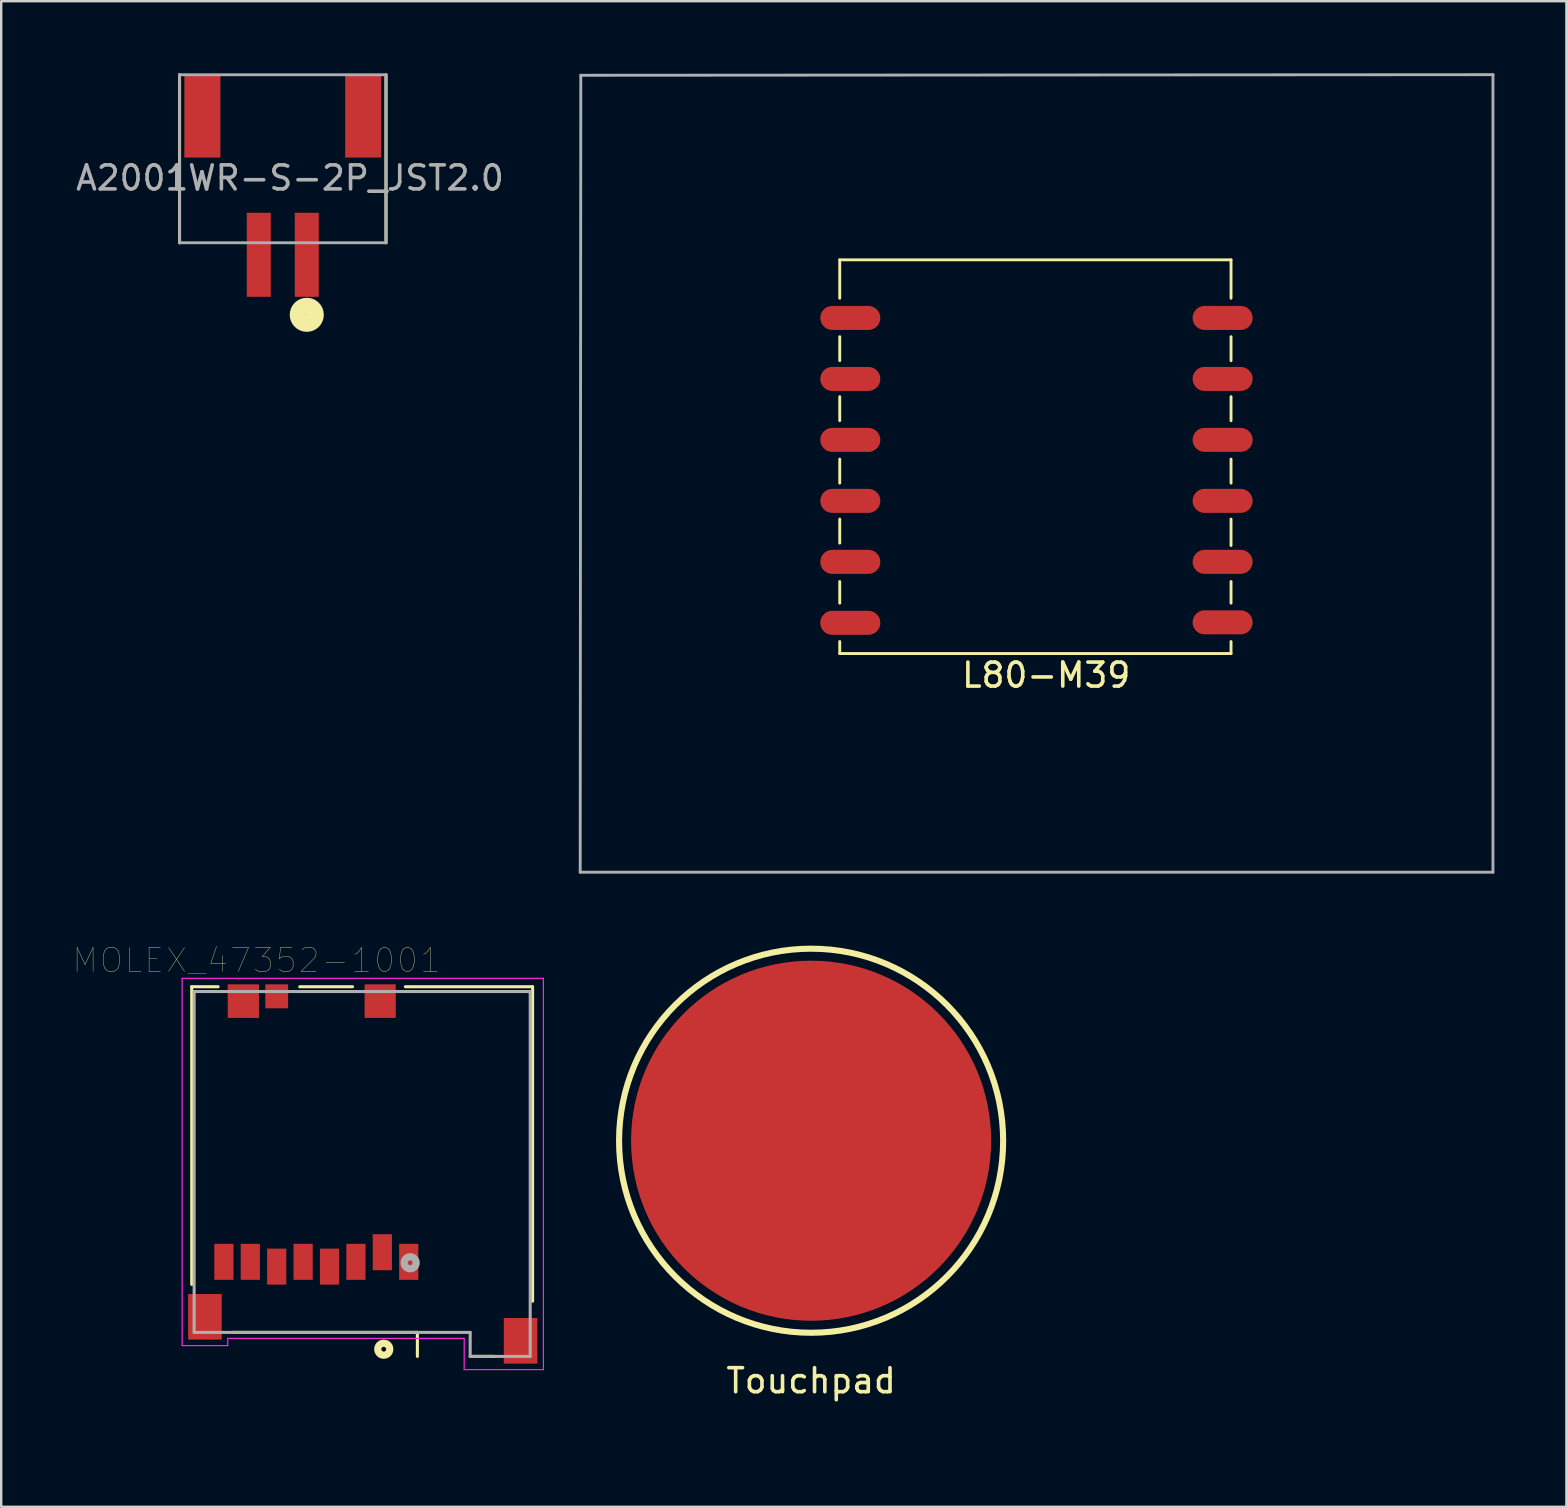
<source format=kicad_pcb>
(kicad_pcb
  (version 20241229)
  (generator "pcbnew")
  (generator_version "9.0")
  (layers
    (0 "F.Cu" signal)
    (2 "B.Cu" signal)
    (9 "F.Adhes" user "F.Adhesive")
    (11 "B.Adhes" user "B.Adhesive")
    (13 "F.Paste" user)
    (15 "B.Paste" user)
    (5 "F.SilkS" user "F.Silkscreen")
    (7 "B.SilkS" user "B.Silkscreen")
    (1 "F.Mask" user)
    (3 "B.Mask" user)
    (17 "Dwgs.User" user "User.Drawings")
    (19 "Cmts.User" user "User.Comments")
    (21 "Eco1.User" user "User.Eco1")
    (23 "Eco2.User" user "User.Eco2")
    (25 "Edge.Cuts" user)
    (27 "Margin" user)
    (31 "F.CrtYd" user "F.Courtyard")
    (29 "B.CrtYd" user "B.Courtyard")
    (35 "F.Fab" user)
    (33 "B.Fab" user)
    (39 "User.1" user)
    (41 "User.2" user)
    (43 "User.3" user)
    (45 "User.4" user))
  (footprint "MOLEX_47352-1001"
    (layer "F.Cu")
    (at 12.037 45.855)
    (property "Reference" "MOLEX_47352-1001" (at -4.4 -8.9 0) (layer "F.SilkS") (effects (font (size 1 1) (thickness 0.015))))
    (attr through_hole)
    (fp_line (start -7.1 -7.8) (end -7.1 4.6) (stroke (width 0.127) (type solid)) (layer "F.SilkS"))
    (fp_line (start -6 -7.8) (end -7.1 -7.8) (stroke (width 0.127) (type solid)) (layer "F.SilkS"))
    (fp_line (start -5.4 6.6) (end 2.3 6.6) (stroke (width 0.127) (type solid)) (layer "F.SilkS"))
    (fp_line (start -2.6 -7.8) (end -0.4 -7.8) (stroke (width 0.127) (type solid)) (layer "F.SilkS"))
    (fp_line (start 2.3 6.6) (end 2.3 7.6) (stroke (width 0.127) (type solid)) (layer "F.SilkS"))
    (fp_line (start 4.5 7.6) (end 5.5 7.6) (stroke (width 0.127) (type solid)) (layer "F.SilkS"))
    (fp_line (start 7.1 -7.8) (end 1.8 -7.8) (stroke (width 0.127) (type solid)) (layer "F.SilkS"))
    (fp_line (start 7.1 5.3) (end 7.1 -7.8) (stroke (width 0.127) (type solid)) (layer "F.SilkS"))
    (fp_circle (center 0.9 7.3) (end 1 7.3) (stroke (width 0.3) (type solid)) (fill no) (layer "F.SilkS"))
    (fp_line (start -7.5 -8.15) (end 7.55 -8.15) (stroke (width 0.05) (type solid)) (layer "F.CrtYd"))
    (fp_line (start -7.5 7.15) (end -7.5 -8.15) (stroke (width 0.05) (type solid)) (layer "F.CrtYd"))
    (fp_line (start -5.6 6.85) (end -5.6 7.15) (stroke (width 0.05) (type solid)) (layer "F.CrtYd"))
    (fp_line (start -5.6 7.15) (end -7.5 7.15) (stroke (width 0.05) (type solid)) (layer "F.CrtYd"))
    (fp_line (start 4.25 6.85) (end -5.6 6.85) (stroke (width 0.05) (type solid)) (layer "F.CrtYd"))
    (fp_line (start 4.25 8.15) (end 4.25 6.85) (stroke (width 0.05) (type solid)) (layer "F.CrtYd"))
    (fp_line (start 7.55 -8.15) (end 7.55 8.15) (stroke (width 0.05) (type solid)) (layer "F.CrtYd"))
    (fp_line (start 7.55 8.15) (end 4.25 8.15) (stroke (width 0.05) (type solid)) (layer "F.CrtYd"))
    (fp_line (start -7 -7.6) (end 7 -7.6) (stroke (width 0.127) (type solid)) (layer "F.Fab"))
    (fp_line (start -7 6.6) (end -7 -7.6) (stroke (width 0.127) (type solid)) (layer "F.Fab"))
    (fp_line (start 4.5 6.6) (end -7 6.6) (stroke (width 0.127) (type solid)) (layer "F.Fab"))
    (fp_line (start 4.5 7.6) (end 4.5 6.6) (stroke (width 0.127) (type solid)) (layer "F.Fab"))
    (fp_line (start 7 -7.6) (end 7 7.6) (stroke (width 0.127) (type solid)) (layer "F.Fab"))
    (fp_line (start 7 7.6) (end 4.5 7.6) (stroke (width 0.127) (type solid)) (layer "F.Fab"))
    (fp_circle (center 2 3.7) (end 2.1 3.7) (stroke (width 0.3) (type solid)) (fill no) (layer "F.Fab"))
    (pad "1" smd rect (at 1.94 3.66) (size 0.8 1.5) (layers "F.Cu" "F.Mask" "F.Paste"))
    (pad "2" smd rect (at 0.84 3.26) (size 0.8 1.5) (layers "F.Cu" "F.Mask" "F.Paste"))
    (pad "3" smd rect (at -0.26 3.66) (size 0.8 1.5) (layers "F.Cu" "F.Mask" "F.Paste"))
    (pad "4" smd rect (at -1.36 3.86) (size 0.8 1.5) (layers "F.Cu" "F.Mask" "F.Paste"))
    (pad "5" smd rect (at -2.46 3.66) (size 0.8 1.5) (layers "F.Cu" "F.Mask" "F.Paste"))
    (pad "6" smd rect (at -3.56 3.86) (size 0.8 1.5) (layers "F.Cu" "F.Mask" "F.Paste"))
    (pad "7" smd rect (at -4.66 3.66) (size 0.8 1.5) (layers "F.Cu" "F.Mask" "F.Paste"))
    (pad "8" smd rect (at -5.76 3.66) (size 0.8 1.5) (layers "F.Cu" "F.Mask" "F.Paste"))
    (pad "S1" smd rect (at -4.95 -7.2) (size 1.3 1.4) (layers "F.Cu" "F.Mask" "F.Paste"))
    (pad "S2" smd rect (at 0.75 -7.2) (size 1.3 1.4) (layers "F.Cu" "F.Mask" "F.Paste"))
    (pad "S3" smd rect (at -6.55 5.95) (size 1.4 1.9) (layers "F.Cu" "F.Mask" "F.Paste"))
    (pad "S4" smd rect (at 6.6 6.95) (size 1.4 1.9) (layers "F.Cu" "F.Mask" "F.Paste"))
    (pad "SW" smd rect (at -3.56 -7.4) (size 0.95 1) (layers "F.Cu" "F.Mask" "F.Paste")))
  (footprint "Touchpad"
    (layer "F.Cu")
    (at 30.739 56.47)
    (property "Reference" "Touchpad" (at 0 -2 0) (layer "F.SilkS") (effects (font (size 1 1) (thickness 0.15))))
    (attr through_hole)
    (fp_circle (center 0 -12) (end 8 -12) (stroke (width 0.254) (type solid)) (fill no) (layer "F.SilkS"))
    (pad "1" smd circle (at 0 -12) (size 15 15) (layers "F.Cu" "F.Mask")))
  (footprint "L80-M39"
    (layer "F.Cu")
    (at 42.532 27.975)
    (property "Reference" "L80-M39" (at -2 -2.9 0) (layer "F.SilkS") (effects (font (size 1 1) (thickness 0.15))))
    (attr through_hole)
    (fp_line (start -10.6 -18.6) (end -10.6 -20.2) (stroke (width 0.12) (type solid)) (layer "F.SilkS"))
    (fp_line (start -10.6 -16) (end -10.6 -17) (stroke (width 0.12) (type solid)) (layer "F.SilkS"))
    (fp_line (start -10.6 -13.5) (end -10.6 -14.5) (stroke (width 0.12) (type solid)) (layer "F.SilkS"))
    (fp_line (start -10.6 -10.9) (end -10.6 -11.9) (stroke (width 0.12) (type solid)) (layer "F.SilkS"))
    (fp_line (start -10.6 -8.4) (end -10.6 -9.4) (stroke (width 0.12) (type solid)) (layer "F.SilkS"))
    (fp_line (start -10.6 -5.9) (end -10.6 -6.8) (stroke (width 0.12) (type solid)) (layer "F.SilkS"))
    (fp_line (start -10.6 -3.8) (end -10.6 -4.3) (stroke (width 0.12) (type solid)) (layer "F.SilkS"))
    (fp_line (start 5.7 -20.2) (end -10.6 -20.2) (stroke (width 0.12) (type solid)) (layer "F.SilkS"))
    (fp_line (start 5.7 -18.6) (end 5.7 -20.2) (stroke (width 0.12) (type solid)) (layer "F.SilkS"))
    (fp_line (start 5.7 -16) (end 5.7 -17) (stroke (width 0.12) (type solid)) (layer "F.SilkS"))
    (fp_line (start 5.7 -13.5) (end 5.7 -14.5) (stroke (width 0.12) (type solid)) (layer "F.SilkS"))
    (fp_line (start 5.7 -10.9) (end 5.7 -11.9) (stroke (width 0.12) (type solid)) (layer "F.SilkS"))
    (fp_line (start 5.7 -8.3) (end 5.7 -9.4) (stroke (width 0.12) (type solid)) (layer "F.SilkS"))
    (fp_line (start 5.7 -5.9) (end 5.7 -6.8) (stroke (width 0.12) (type solid)) (layer "F.SilkS"))
    (fp_line (start 5.7 -3.8) (end -10.6 -3.8) (stroke (width 0.12) (type solid)) (layer "F.SilkS"))
    (fp_line (start 5.7 -3.8) (end 5.7 -4.3) (stroke (width 0.12) (type solid)) (layer "F.SilkS"))
    (fp_line (start -21.412 5.309) (end -21.387 -27.889) (stroke (width 0.12) (type solid)) (layer "F.Fab"))
    (fp_line (start -21.387 -27.889) (end 16.612 -27.915) (stroke (width 0.12) (type solid)) (layer "F.Fab"))
    (fp_line (start 16.612 -27.915) (end 16.612 5.309) (stroke (width 0.12) (type solid)) (layer "F.Fab"))
    (fp_line (start 16.612 5.309) (end -21.412 5.309) (stroke (width 0.12) (type solid)) (layer "F.Fab"))
    (pad "1" smd oval (at 5.35 -5.1) (size 2.5 1) (layers "F.Cu" "F.Mask" "F.Paste"))
    (pad "2" smd oval (at 5.35 -7.62) (size 2.5 1) (layers "F.Cu" "F.Mask" "F.Paste"))
    (pad "3" smd oval (at 5.35 -10.16) (size 2.5 1) (layers "F.Cu" "F.Mask" "F.Paste"))
    (pad "4" smd oval (at 5.35 -12.7) (size 2.5 1) (layers "F.Cu" "F.Mask" "F.Paste"))
    (pad "5" smd oval (at 5.35 -15.24) (size 2.5 1) (layers "F.Cu" "F.Mask" "F.Paste"))
    (pad "6" smd oval (at 5.35 -17.78) (size 2.5 1) (layers "F.Cu" "F.Mask" "F.Paste"))
    (pad "7" smd oval (at -10.16 -17.78) (size 2.5 1) (layers "F.Cu" "F.Mask" "F.Paste"))
    (pad "8" smd oval (at -10.16 -15.24) (size 2.5 1) (layers "F.Cu" "F.Mask" "F.Paste"))
    (pad "9" smd oval (at -10.16 -12.7) (size 2.5 1) (layers "F.Cu" "F.Mask" "F.Paste"))
    (pad "10" smd oval (at -10.16 -10.16) (size 2.5 1) (layers "F.Cu" "F.Mask" "F.Paste"))
    (pad "11" smd oval (at -10.16 -7.62) (size 2.5 1) (layers "F.Cu" "F.Mask" "F.Paste"))
    (pad "12" smd oval (at -10.16 -5.08) (size 2.5 1) (layers "F.Cu" "F.Mask" "F.Paste")))
  (footprint "A2001WR-S-2P_JST2.0"
    (layer "F.Cu")
    (at 6.83 11.864)
    (property "Reference" "A2001WR-S-2P_JST2.0" (at 2.2 -7.5 0) (layer "F.Fab") (effects (font (size 1 1) (thickness 0.15))))
    (attr through_hole)
    (fp_line (start -2.4 -4.8) (end -2.4 -11.8) (stroke (width 0.127) (type solid)) (layer "F.SilkS"))
    (fp_line (start 6.2 -4.8) (end 6.2 -11.8) (stroke (width 0.127) (type solid)) (layer "F.SilkS"))
    (fp_circle (center 2.9 -1.8) (end 2.91 -1.8) (stroke (width 0.7) (type solid)) (fill no) (layer "F.SilkS"))
    (fp_line (start -2.4 -11.8) (end 6.2 -11.8) (stroke (width 0.12) (type solid)) (layer "F.Fab"))
    (fp_line (start -2.4 -4.8) (end -2.4 -11.8) (stroke (width 0.12) (type solid)) (layer "F.Fab"))
    (fp_line (start 6.2 -11.8) (end 6.2 -4.8) (stroke (width 0.12) (type solid)) (layer "F.Fab"))
    (fp_line (start 6.2 -4.8) (end -2.4 -4.8) (stroke (width 0.12) (type solid)) (layer "F.Fab"))
    (pad "" smd rect (at -1.45 -10.05) (size 1.5 3.4) (layers "F.Cu" "F.Mask" "F.Paste"))
    (pad "" smd rect (at 5.25 -10.05) (size 1.5 3.4) (layers "F.Cu" "F.Mask" "F.Paste"))
    (pad "1" smd rect (at 2.9 -4.3) (size 1 3.5) (layers "F.Cu" "F.Mask" "F.Paste"))
    (pad "2" smd rect (at 0.9 -4.3) (size 1 3.5) (layers "F.Cu" "F.Mask" "F.Paste")))
  (gr_rect
    (start -3 -3)
    (end 62.203 59.72)
    (stroke (width 0.1) (type default))
    (fill no)
    (layer "Edge.Cuts")))
</source>
